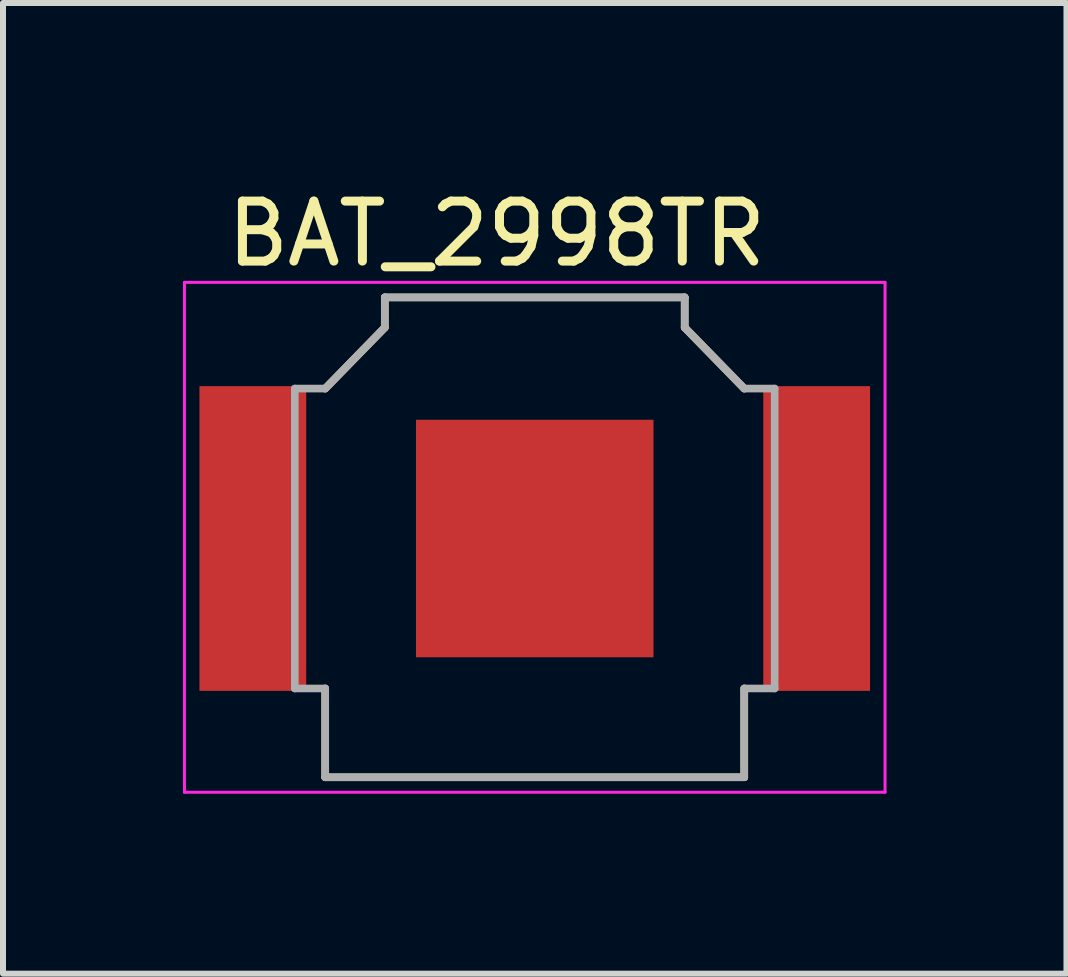
<source format=kicad_pcb>
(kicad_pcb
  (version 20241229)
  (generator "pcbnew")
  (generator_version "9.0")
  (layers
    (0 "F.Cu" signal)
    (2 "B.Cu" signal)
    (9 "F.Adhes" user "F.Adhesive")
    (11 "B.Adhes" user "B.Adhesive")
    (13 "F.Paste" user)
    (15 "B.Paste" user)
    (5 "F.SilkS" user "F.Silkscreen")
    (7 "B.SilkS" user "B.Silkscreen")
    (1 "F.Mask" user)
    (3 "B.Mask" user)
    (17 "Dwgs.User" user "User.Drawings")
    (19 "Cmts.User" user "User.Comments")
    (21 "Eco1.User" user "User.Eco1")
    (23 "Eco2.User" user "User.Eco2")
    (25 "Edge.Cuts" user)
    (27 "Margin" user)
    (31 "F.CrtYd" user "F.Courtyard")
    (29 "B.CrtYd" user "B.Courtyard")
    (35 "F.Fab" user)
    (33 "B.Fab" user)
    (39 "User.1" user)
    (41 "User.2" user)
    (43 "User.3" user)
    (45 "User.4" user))
  (footprint "BAT_2998TR"
    (layer "F.Cu")
    (at 5.865 5.928)
    (property "Reference" "BAT_2998TR" (at -0.635 -5.08 0) (layer "F.SilkS") (effects (font (size 1 1) (thickness 0.15))))
    (attr smd)
    (fp_line (start -3.493 2.5) (end -3.493 3.98) (stroke (width 0.127) (type solid)) (layer "F.SilkS"))
    (fp_line (start -3.493 3.98) (end 3.493 3.98) (stroke (width 0.127) (type solid)) (layer "F.SilkS"))
    (fp_line (start -2.5 -4.02) (end -2.5 -3.518) (stroke (width 0.127) (type solid)) (layer "F.SilkS"))
    (fp_line (start -2.5 -3.518) (end -3.493 -2.5) (stroke (width 0.127) (type solid)) (layer "F.SilkS"))
    (fp_line (start 2.5 -4.02) (end -2.5 -4.02) (stroke (width 0.127) (type solid)) (layer "F.SilkS"))
    (fp_line (start 2.5 -3.518) (end 2.5 -4.02) (stroke (width 0.127) (type solid)) (layer "F.SilkS"))
    (fp_line (start 3.493 -2.5) (end 2.5 -3.518) (stroke (width 0.127) (type solid)) (layer "F.SilkS"))
    (fp_line (start 3.493 3.98) (end 3.493 2.5) (stroke (width 0.127) (type solid)) (layer "F.SilkS"))
    (fp_line (start -5.84 -4.27) (end 5.84 -4.27) (stroke (width 0.05) (type solid)) (layer "F.CrtYd"))
    (fp_line (start -5.84 4.23) (end -5.84 -4.27) (stroke (width 0.05) (type solid)) (layer "F.CrtYd"))
    (fp_line (start 5.84 -4.27) (end 5.84 4.23) (stroke (width 0.05) (type solid)) (layer "F.CrtYd"))
    (fp_line (start 5.84 4.23) (end -5.84 4.23) (stroke (width 0.05) (type solid)) (layer "F.CrtYd"))
    (fp_line (start -4 -2.5) (end -4 2.5) (stroke (width 0.127) (type solid)) (layer "F.Fab"))
    (fp_line (start -4 2.5) (end -3.493 2.5) (stroke (width 0.127) (type solid)) (layer "F.Fab"))
    (fp_line (start -3.493 -2.5) (end -4 -2.5) (stroke (width 0.127) (type solid)) (layer "F.Fab"))
    (fp_line (start -3.493 2.5) (end -3.493 3.98) (stroke (width 0.127) (type solid)) (layer "F.Fab"))
    (fp_line (start -3.493 3.98) (end 3.493 3.98) (stroke (width 0.127) (type solid)) (layer "F.Fab"))
    (fp_line (start -2.5 -4.02) (end -2.5 -3.518) (stroke (width 0.127) (type solid)) (layer "F.Fab"))
    (fp_line (start -2.5 -3.518) (end -3.493 -2.5) (stroke (width 0.127) (type solid)) (layer "F.Fab"))
    (fp_line (start 2.5 -4.02) (end -2.5 -4.02) (stroke (width 0.127) (type solid)) (layer "F.Fab"))
    (fp_line (start 2.5 -3.518) (end 2.5 -4.02) (stroke (width 0.127) (type solid)) (layer "F.Fab"))
    (fp_line (start 3.493 -2.5) (end 2.5 -3.518) (stroke (width 0.127) (type solid)) (layer "F.Fab"))
    (fp_line (start 3.493 3.98) (end 3.493 2.5) (stroke (width 0.127) (type solid)) (layer "F.Fab"))
    (fp_line (start 4 -2.5) (end 3.493 -2.5) (stroke (width 0.127) (type solid)) (layer "F.Fab"))
    (fp_line (start 4 2.5) (end 3.493 2.5) (stroke (width 0.127) (type solid)) (layer "F.Fab"))
    (fp_line (start 4 2.5) (end 4 -2.5) (stroke (width 0.127) (type solid)) (layer "F.Fab"))
    (pad "N" smd rect (at 0 0) (size 3.96 3.96) (layers "F.Cu" "F.Mask"))
    (pad "P1" smd rect (at -4.7 0) (size 1.78 5.08) (layers "F.Cu" "F.Mask" "F.Paste"))
    (pad "P2" smd rect (at 4.7 0) (size 1.78 5.08) (layers "F.Cu" "F.Mask" "F.Paste")))
  (gr_rect
    (start -3 -3)
    (end 14.73 13.183)
    (stroke (width 0.1) (type default))
    (fill no)
    (layer "Edge.Cuts")))
</source>
